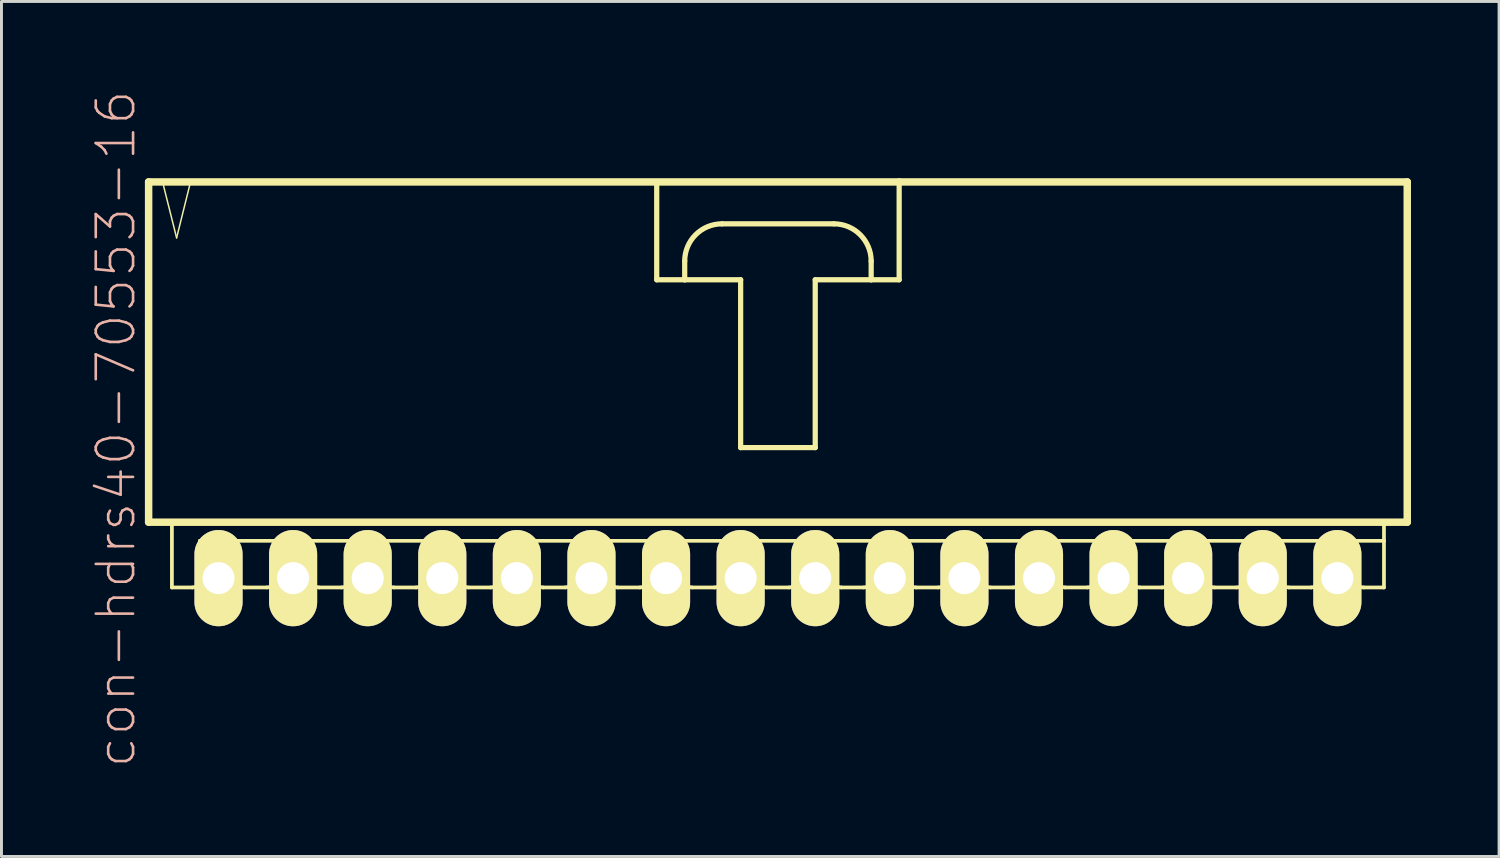
<source format=kicad_pcb>
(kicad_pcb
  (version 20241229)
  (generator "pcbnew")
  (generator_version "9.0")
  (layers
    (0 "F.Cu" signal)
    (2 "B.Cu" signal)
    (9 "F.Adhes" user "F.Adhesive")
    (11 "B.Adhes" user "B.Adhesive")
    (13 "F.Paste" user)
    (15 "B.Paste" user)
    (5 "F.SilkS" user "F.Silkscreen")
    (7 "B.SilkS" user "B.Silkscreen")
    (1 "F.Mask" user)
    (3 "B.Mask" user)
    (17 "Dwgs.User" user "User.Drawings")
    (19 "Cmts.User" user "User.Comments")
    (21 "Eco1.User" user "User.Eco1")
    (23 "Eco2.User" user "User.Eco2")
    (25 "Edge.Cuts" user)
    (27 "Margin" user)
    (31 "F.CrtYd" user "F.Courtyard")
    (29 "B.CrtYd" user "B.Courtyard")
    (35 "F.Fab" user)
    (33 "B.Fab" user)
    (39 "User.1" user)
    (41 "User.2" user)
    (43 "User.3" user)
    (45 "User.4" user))
  (footprint "con-hdrs40-70553-16"
    (layer "F.Cu")
    (at 23.441 9.017)
    (property "Reference" "con-hdrs40-70553-16" (at -22.543 2.54 90) (layer "B.SilkS") (effects (font (size 1.27 1.27) (thickness 0.089))))
    (attr exclude_from_pos_files exclude_from_bom)
    (fp_line (start -21.43 -5.872) (end -21.43 5.715) (stroke (width 0.254) (type solid)) (layer "F.SilkS"))
    (fp_line (start -21.43 5.715) (end 21.43 5.715) (stroke (width 0.254) (type solid)) (layer "F.SilkS"))
    (fp_line (start -20.955 -5.872) (end -20.477 -3.967) (stroke (width 0.051) (type solid)) (layer "F.SilkS"))
    (fp_line (start -20.637 5.715) (end -20.637 7.938) (stroke (width 0.127) (type solid)) (layer "F.SilkS"))
    (fp_line (start -20.477 -3.967) (end -20.003 -5.872) (stroke (width 0.051) (type solid)) (layer "F.SilkS"))
    (fp_line (start -20.003 -5.872) (end -20.955 -5.872) (stroke (width 0.051) (type solid)) (layer "F.SilkS"))
    (fp_line (start -19.939 7.938) (end -20.637 7.938) (stroke (width 0.127) (type solid)) (layer "F.SilkS"))
    (fp_line (start -19.685 6.35) (end -19.685 7.684) (stroke (width 0.127) (type solid)) (layer "F.SilkS"))
    (fp_line (start -19.685 6.35) (end -18.415 6.35) (stroke (width 0.127) (type solid)) (layer "F.SilkS"))
    (fp_line (start -19.367 6.35) (end -18.733 6.35) (stroke (width 0.066) (type solid)) (layer "F.SilkS"))
    (fp_line (start -19.367 7.62) (end -19.367 6.35) (stroke (width 0.066) (type solid)) (layer "F.SilkS"))
    (fp_line (start -19.367 7.62) (end -18.733 7.62) (stroke (width 0.066) (type solid)) (layer "F.SilkS"))
    (fp_line (start -18.733 7.62) (end -18.733 6.35) (stroke (width 0.066) (type solid)) (layer "F.SilkS"))
    (fp_line (start -18.415 6.35) (end -18.415 7.684) (stroke (width 0.127) (type solid)) (layer "F.SilkS"))
    (fp_line (start -18.415 6.35) (end -17.145 6.35) (stroke (width 0.127) (type solid)) (layer "F.SilkS"))
    (fp_line (start -17.399 7.938) (end -18.161 7.938) (stroke (width 0.127) (type solid)) (layer "F.SilkS"))
    (fp_line (start -17.145 6.35) (end -17.145 7.684) (stroke (width 0.127) (type solid)) (layer "F.SilkS"))
    (fp_line (start -17.145 6.35) (end -15.875 6.35) (stroke (width 0.127) (type solid)) (layer "F.SilkS"))
    (fp_line (start -16.828 6.35) (end -16.192 6.35) (stroke (width 0.066) (type solid)) (layer "F.SilkS"))
    (fp_line (start -16.828 7.62) (end -16.828 6.35) (stroke (width 0.066) (type solid)) (layer "F.SilkS"))
    (fp_line (start -16.828 7.62) (end -16.192 7.62) (stroke (width 0.066) (type solid)) (layer "F.SilkS"))
    (fp_line (start -16.192 7.62) (end -16.192 6.35) (stroke (width 0.066) (type solid)) (layer "F.SilkS"))
    (fp_line (start -15.875 6.35) (end -15.875 7.684) (stroke (width 0.127) (type solid)) (layer "F.SilkS"))
    (fp_line (start -15.875 6.35) (end -14.605 6.35) (stroke (width 0.127) (type solid)) (layer "F.SilkS"))
    (fp_line (start -14.859 7.938) (end -15.621 7.938) (stroke (width 0.127) (type solid)) (layer "F.SilkS"))
    (fp_line (start -14.605 6.35) (end -14.605 7.684) (stroke (width 0.127) (type solid)) (layer "F.SilkS"))
    (fp_line (start -14.605 6.35) (end -13.335 6.35) (stroke (width 0.127) (type solid)) (layer "F.SilkS"))
    (fp_line (start -14.287 6.35) (end -13.652 6.35) (stroke (width 0.066) (type solid)) (layer "F.SilkS"))
    (fp_line (start -14.287 7.62) (end -14.287 6.35) (stroke (width 0.066) (type solid)) (layer "F.SilkS"))
    (fp_line (start -14.287 7.62) (end -13.652 7.62) (stroke (width 0.066) (type solid)) (layer "F.SilkS"))
    (fp_line (start -13.652 7.62) (end -13.652 6.35) (stroke (width 0.066) (type solid)) (layer "F.SilkS"))
    (fp_line (start -13.335 6.35) (end -13.335 7.684) (stroke (width 0.127) (type solid)) (layer "F.SilkS"))
    (fp_line (start -13.335 6.35) (end -12.065 6.35) (stroke (width 0.127) (type solid)) (layer "F.SilkS"))
    (fp_line (start -12.319 7.938) (end -13.081 7.938) (stroke (width 0.127) (type solid)) (layer "F.SilkS"))
    (fp_line (start -12.065 6.35) (end -12.065 7.684) (stroke (width 0.127) (type solid)) (layer "F.SilkS"))
    (fp_line (start -12.065 6.35) (end -10.795 6.35) (stroke (width 0.127) (type solid)) (layer "F.SilkS"))
    (fp_line (start -11.748 6.35) (end -11.113 6.35) (stroke (width 0.066) (type solid)) (layer "F.SilkS"))
    (fp_line (start -11.748 7.62) (end -11.748 6.35) (stroke (width 0.066) (type solid)) (layer "F.SilkS"))
    (fp_line (start -11.748 7.62) (end -11.113 7.62) (stroke (width 0.066) (type solid)) (layer "F.SilkS"))
    (fp_line (start -11.113 7.62) (end -11.113 6.35) (stroke (width 0.066) (type solid)) (layer "F.SilkS"))
    (fp_line (start -10.795 6.35) (end -10.795 7.684) (stroke (width 0.127) (type solid)) (layer "F.SilkS"))
    (fp_line (start -10.795 6.35) (end -9.525 6.35) (stroke (width 0.127) (type solid)) (layer "F.SilkS"))
    (fp_line (start -9.779 7.938) (end -10.541 7.938) (stroke (width 0.127) (type solid)) (layer "F.SilkS"))
    (fp_line (start -9.525 6.35) (end -9.525 7.684) (stroke (width 0.127) (type solid)) (layer "F.SilkS"))
    (fp_line (start -9.525 6.35) (end -8.255 6.35) (stroke (width 0.127) (type solid)) (layer "F.SilkS"))
    (fp_line (start -9.207 6.35) (end -8.572 6.35) (stroke (width 0.066) (type solid)) (layer "F.SilkS"))
    (fp_line (start -9.207 7.62) (end -9.207 6.35) (stroke (width 0.066) (type solid)) (layer "F.SilkS"))
    (fp_line (start -9.207 7.62) (end -8.572 7.62) (stroke (width 0.066) (type solid)) (layer "F.SilkS"))
    (fp_line (start -8.572 7.62) (end -8.572 6.35) (stroke (width 0.066) (type solid)) (layer "F.SilkS"))
    (fp_line (start -8.255 6.35) (end -8.255 7.684) (stroke (width 0.127) (type solid)) (layer "F.SilkS"))
    (fp_line (start -8.255 6.35) (end -6.985 6.35) (stroke (width 0.127) (type solid)) (layer "F.SilkS"))
    (fp_line (start -7.236 7.938) (end -8.001 7.938) (stroke (width 0.127) (type solid)) (layer "F.SilkS"))
    (fp_line (start -6.985 6.35) (end -6.985 7.684) (stroke (width 0.127) (type solid)) (layer "F.SilkS"))
    (fp_line (start -6.985 6.35) (end -5.715 6.35) (stroke (width 0.127) (type solid)) (layer "F.SilkS"))
    (fp_line (start -6.668 6.35) (end -6.032 6.35) (stroke (width 0.066) (type solid)) (layer "F.SilkS"))
    (fp_line (start -6.668 7.62) (end -6.668 6.35) (stroke (width 0.066) (type solid)) (layer "F.SilkS"))
    (fp_line (start -6.668 7.62) (end -6.032 7.62) (stroke (width 0.066) (type solid)) (layer "F.SilkS"))
    (fp_line (start -6.032 7.62) (end -6.032 6.35) (stroke (width 0.066) (type solid)) (layer "F.SilkS"))
    (fp_line (start -5.715 6.35) (end -5.715 7.684) (stroke (width 0.127) (type solid)) (layer "F.SilkS"))
    (fp_line (start -5.715 6.35) (end -4.445 6.35) (stroke (width 0.127) (type solid)) (layer "F.SilkS"))
    (fp_line (start -4.699 7.938) (end -5.461 7.938) (stroke (width 0.127) (type solid)) (layer "F.SilkS"))
    (fp_line (start -4.445 6.35) (end -4.445 7.684) (stroke (width 0.127) (type solid)) (layer "F.SilkS"))
    (fp_line (start -4.445 6.35) (end -3.175 6.35) (stroke (width 0.127) (type solid)) (layer "F.SilkS"))
    (fp_line (start -4.128 -5.872) (end -4.128 -2.54) (stroke (width 0.178) (type solid)) (layer "F.SilkS"))
    (fp_line (start -4.128 -2.54) (end -3.175 -2.54) (stroke (width 0.178) (type solid)) (layer "F.SilkS"))
    (fp_line (start -4.128 6.35) (end -3.493 6.35) (stroke (width 0.066) (type solid)) (layer "F.SilkS"))
    (fp_line (start -4.128 7.62) (end -4.128 6.35) (stroke (width 0.066) (type solid)) (layer "F.SilkS"))
    (fp_line (start -4.128 7.62) (end -3.493 7.62) (stroke (width 0.066) (type solid)) (layer "F.SilkS"))
    (fp_line (start -3.493 7.62) (end -3.493 6.35) (stroke (width 0.066) (type solid)) (layer "F.SilkS"))
    (fp_line (start -3.175 -2.54) (end -3.175 -3.175) (stroke (width 0.178) (type solid)) (layer "F.SilkS"))
    (fp_line (start -3.175 -2.54) (end -1.27 -2.54) (stroke (width 0.178) (type solid)) (layer "F.SilkS"))
    (fp_line (start -3.175 6.35) (end -3.175 7.684) (stroke (width 0.127) (type solid)) (layer "F.SilkS"))
    (fp_line (start -3.175 6.35) (end -1.905 6.35) (stroke (width 0.127) (type solid)) (layer "F.SilkS"))
    (fp_line (start -2.159 7.938) (end -2.921 7.938) (stroke (width 0.127) (type solid)) (layer "F.SilkS"))
    (fp_line (start -1.905 -4.445) (end 1.905 -4.445) (stroke (width 0.178) (type solid)) (layer "F.SilkS"))
    (fp_line (start -1.905 6.35) (end -1.905 7.684) (stroke (width 0.127) (type solid)) (layer "F.SilkS"))
    (fp_line (start -1.905 6.35) (end -0.635 6.35) (stroke (width 0.127) (type solid)) (layer "F.SilkS"))
    (fp_line (start -1.587 6.35) (end -0.953 6.35) (stroke (width 0.066) (type solid)) (layer "F.SilkS"))
    (fp_line (start -1.587 7.62) (end -1.587 6.35) (stroke (width 0.066) (type solid)) (layer "F.SilkS"))
    (fp_line (start -1.587 7.62) (end -0.953 7.62) (stroke (width 0.066) (type solid)) (layer "F.SilkS"))
    (fp_line (start -1.27 -2.54) (end -1.27 3.175) (stroke (width 0.178) (type solid)) (layer "F.SilkS"))
    (fp_line (start -1.27 3.175) (end 1.27 3.175) (stroke (width 0.178) (type solid)) (layer "F.SilkS"))
    (fp_line (start -0.953 7.62) (end -0.953 6.35) (stroke (width 0.066) (type solid)) (layer "F.SilkS"))
    (fp_line (start -0.635 6.35) (end -0.635 7.684) (stroke (width 0.127) (type solid)) (layer "F.SilkS"))
    (fp_line (start -0.635 6.35) (end 0.635 6.35) (stroke (width 0.127) (type solid)) (layer "F.SilkS"))
    (fp_line (start 0.381 7.938) (end -0.381 7.938) (stroke (width 0.127) (type solid)) (layer "F.SilkS"))
    (fp_line (start 0.635 6.35) (end 0.635 7.684) (stroke (width 0.127) (type solid)) (layer "F.SilkS"))
    (fp_line (start 0.635 6.35) (end 1.905 6.35) (stroke (width 0.127) (type solid)) (layer "F.SilkS"))
    (fp_line (start 0.953 6.35) (end 1.587 6.35) (stroke (width 0.066) (type solid)) (layer "F.SilkS"))
    (fp_line (start 0.953 7.62) (end 0.953 6.35) (stroke (width 0.066) (type solid)) (layer "F.SilkS"))
    (fp_line (start 0.953 7.62) (end 1.587 7.62) (stroke (width 0.066) (type solid)) (layer "F.SilkS"))
    (fp_line (start 1.27 -2.54) (end 3.175 -2.54) (stroke (width 0.178) (type solid)) (layer "F.SilkS"))
    (fp_line (start 1.27 3.175) (end 1.27 -2.54) (stroke (width 0.178) (type solid)) (layer "F.SilkS"))
    (fp_line (start 1.587 7.62) (end 1.587 6.35) (stroke (width 0.066) (type solid)) (layer "F.SilkS"))
    (fp_line (start 1.905 6.35) (end 1.905 7.684) (stroke (width 0.127) (type solid)) (layer "F.SilkS"))
    (fp_line (start 1.905 6.35) (end 3.175 6.35) (stroke (width 0.127) (type solid)) (layer "F.SilkS"))
    (fp_line (start 2.921 7.938) (end 2.159 7.938) (stroke (width 0.127) (type solid)) (layer "F.SilkS"))
    (fp_line (start 3.175 -3.175) (end 3.175 -2.54) (stroke (width 0.178) (type solid)) (layer "F.SilkS"))
    (fp_line (start 3.175 -2.54) (end 4.128 -2.54) (stroke (width 0.178) (type solid)) (layer "F.SilkS"))
    (fp_line (start 3.175 6.35) (end 3.175 7.684) (stroke (width 0.127) (type solid)) (layer "F.SilkS"))
    (fp_line (start 3.175 6.35) (end 4.445 6.35) (stroke (width 0.127) (type solid)) (layer "F.SilkS"))
    (fp_line (start 3.493 6.35) (end 4.128 6.35) (stroke (width 0.066) (type solid)) (layer "F.SilkS"))
    (fp_line (start 3.493 7.62) (end 3.493 6.35) (stroke (width 0.066) (type solid)) (layer "F.SilkS"))
    (fp_line (start 3.493 7.62) (end 4.128 7.62) (stroke (width 0.066) (type solid)) (layer "F.SilkS"))
    (fp_line (start 4.128 -5.872) (end -21.43 -5.872) (stroke (width 0.254) (type solid)) (layer "F.SilkS"))
    (fp_line (start 4.128 -2.54) (end 4.128 -5.872) (stroke (width 0.178) (type solid)) (layer "F.SilkS"))
    (fp_line (start 4.128 7.62) (end 4.128 6.35) (stroke (width 0.066) (type solid)) (layer "F.SilkS"))
    (fp_line (start 4.445 6.35) (end 4.445 7.684) (stroke (width 0.127) (type solid)) (layer "F.SilkS"))
    (fp_line (start 4.445 6.35) (end 5.715 6.35) (stroke (width 0.127) (type solid)) (layer "F.SilkS"))
    (fp_line (start 5.461 7.938) (end 4.699 7.938) (stroke (width 0.127) (type solid)) (layer "F.SilkS"))
    (fp_line (start 5.715 6.35) (end 5.715 7.684) (stroke (width 0.127) (type solid)) (layer "F.SilkS"))
    (fp_line (start 5.715 6.35) (end 6.985 6.35) (stroke (width 0.127) (type solid)) (layer "F.SilkS"))
    (fp_line (start 6.032 6.35) (end 6.668 6.35) (stroke (width 0.066) (type solid)) (layer "F.SilkS"))
    (fp_line (start 6.032 7.62) (end 6.032 6.35) (stroke (width 0.066) (type solid)) (layer "F.SilkS"))
    (fp_line (start 6.032 7.62) (end 6.668 7.62) (stroke (width 0.066) (type solid)) (layer "F.SilkS"))
    (fp_line (start 6.668 7.62) (end 6.668 6.35) (stroke (width 0.066) (type solid)) (layer "F.SilkS"))
    (fp_line (start 6.985 6.35) (end 6.985 7.684) (stroke (width 0.127) (type solid)) (layer "F.SilkS"))
    (fp_line (start 6.985 6.35) (end 8.255 6.35) (stroke (width 0.127) (type solid)) (layer "F.SilkS"))
    (fp_line (start 8.001 7.938) (end 7.236 7.938) (stroke (width 0.127) (type solid)) (layer "F.SilkS"))
    (fp_line (start 8.255 6.35) (end 8.255 7.684) (stroke (width 0.127) (type solid)) (layer "F.SilkS"))
    (fp_line (start 8.255 6.35) (end 9.525 6.35) (stroke (width 0.127) (type solid)) (layer "F.SilkS"))
    (fp_line (start 8.572 6.35) (end 9.207 6.35) (stroke (width 0.066) (type solid)) (layer "F.SilkS"))
    (fp_line (start 8.572 7.62) (end 8.572 6.35) (stroke (width 0.066) (type solid)) (layer "F.SilkS"))
    (fp_line (start 8.572 7.62) (end 9.207 7.62) (stroke (width 0.066) (type solid)) (layer "F.SilkS"))
    (fp_line (start 9.207 7.62) (end 9.207 6.35) (stroke (width 0.066) (type solid)) (layer "F.SilkS"))
    (fp_line (start 9.525 6.35) (end 9.525 7.684) (stroke (width 0.127) (type solid)) (layer "F.SilkS"))
    (fp_line (start 9.525 6.35) (end 10.795 6.35) (stroke (width 0.127) (type solid)) (layer "F.SilkS"))
    (fp_line (start 10.541 7.938) (end 9.779 7.938) (stroke (width 0.127) (type solid)) (layer "F.SilkS"))
    (fp_line (start 10.795 6.35) (end 10.795 7.684) (stroke (width 0.127) (type solid)) (layer "F.SilkS"))
    (fp_line (start 10.795 6.35) (end 12.065 6.35) (stroke (width 0.127) (type solid)) (layer "F.SilkS"))
    (fp_line (start 11.113 6.35) (end 11.748 6.35) (stroke (width 0.066) (type solid)) (layer "F.SilkS"))
    (fp_line (start 11.113 7.62) (end 11.113 6.35) (stroke (width 0.066) (type solid)) (layer "F.SilkS"))
    (fp_line (start 11.113 7.62) (end 11.748 7.62) (stroke (width 0.066) (type solid)) (layer "F.SilkS"))
    (fp_line (start 11.748 7.62) (end 11.748 6.35) (stroke (width 0.066) (type solid)) (layer "F.SilkS"))
    (fp_line (start 12.065 6.35) (end 12.065 7.684) (stroke (width 0.127) (type solid)) (layer "F.SilkS"))
    (fp_line (start 12.065 6.35) (end 13.335 6.35) (stroke (width 0.127) (type solid)) (layer "F.SilkS"))
    (fp_line (start 13.081 7.938) (end 12.319 7.938) (stroke (width 0.127) (type solid)) (layer "F.SilkS"))
    (fp_line (start 13.335 6.35) (end 13.335 7.684) (stroke (width 0.127) (type solid)) (layer "F.SilkS"))
    (fp_line (start 13.335 6.35) (end 17.145 6.35) (stroke (width 0.127) (type solid)) (layer "F.SilkS"))
    (fp_line (start 13.652 6.35) (end 14.287 6.35) (stroke (width 0.066) (type solid)) (layer "F.SilkS"))
    (fp_line (start 13.652 7.62) (end 13.652 6.35) (stroke (width 0.066) (type solid)) (layer "F.SilkS"))
    (fp_line (start 13.652 7.62) (end 14.287 7.62) (stroke (width 0.066) (type solid)) (layer "F.SilkS"))
    (fp_line (start 14.287 7.62) (end 14.287 6.35) (stroke (width 0.066) (type solid)) (layer "F.SilkS"))
    (fp_line (start 14.605 6.35) (end 14.605 7.684) (stroke (width 0.127) (type solid)) (layer "F.SilkS"))
    (fp_line (start 15.621 7.938) (end 14.859 7.938) (stroke (width 0.127) (type solid)) (layer "F.SilkS"))
    (fp_line (start 15.875 6.35) (end 15.875 7.684) (stroke (width 0.127) (type solid)) (layer "F.SilkS"))
    (fp_line (start 16.192 6.35) (end 16.828 6.35) (stroke (width 0.066) (type solid)) (layer "F.SilkS"))
    (fp_line (start 16.192 7.62) (end 16.192 6.35) (stroke (width 0.066) (type solid)) (layer "F.SilkS"))
    (fp_line (start 16.192 7.62) (end 16.828 7.62) (stroke (width 0.066) (type solid)) (layer "F.SilkS"))
    (fp_line (start 16.828 7.62) (end 16.828 6.35) (stroke (width 0.066) (type solid)) (layer "F.SilkS"))
    (fp_line (start 17.145 6.35) (end 17.145 7.684) (stroke (width 0.127) (type solid)) (layer "F.SilkS"))
    (fp_line (start 17.145 6.35) (end 18.415 6.35) (stroke (width 0.127) (type solid)) (layer "F.SilkS"))
    (fp_line (start 17.399 7.938) (end 18.161 7.938) (stroke (width 0.127) (type solid)) (layer "F.SilkS"))
    (fp_line (start 18.415 6.35) (end 19.685 6.35) (stroke (width 0.127) (type solid)) (layer "F.SilkS"))
    (fp_line (start 18.415 7.684) (end 18.415 6.35) (stroke (width 0.127) (type solid)) (layer "F.SilkS"))
    (fp_line (start 18.733 6.35) (end 19.367 6.35) (stroke (width 0.066) (type solid)) (layer "F.SilkS"))
    (fp_line (start 18.733 7.62) (end 18.733 6.35) (stroke (width 0.066) (type solid)) (layer "F.SilkS"))
    (fp_line (start 18.733 7.62) (end 19.367 7.62) (stroke (width 0.066) (type solid)) (layer "F.SilkS"))
    (fp_line (start 19.367 7.62) (end 19.367 6.35) (stroke (width 0.066) (type solid)) (layer "F.SilkS"))
    (fp_line (start 19.685 6.35) (end 19.685 7.684) (stroke (width 0.127) (type solid)) (layer "F.SilkS"))
    (fp_line (start 19.685 6.35) (end 20.637 6.35) (stroke (width 0.127) (type solid)) (layer "F.SilkS"))
    (fp_line (start 19.939 7.938) (end 20.637 7.938) (stroke (width 0.127) (type solid)) (layer "F.SilkS"))
    (fp_line (start 20.637 6.35) (end 20.637 5.715) (stroke (width 0.127) (type solid)) (layer "F.SilkS"))
    (fp_line (start 20.637 7.938) (end 20.637 6.35) (stroke (width 0.127) (type solid)) (layer "F.SilkS"))
    (fp_line (start 21.43 -5.872) (end 4.128 -5.872) (stroke (width 0.254) (type solid)) (layer "F.SilkS"))
    (fp_line (start 21.43 5.715) (end 21.43 -5.872) (stroke (width 0.254) (type solid)) (layer "F.SilkS"))
    (fp_arc (start -19.685 7.6835) (mid -19.759395 7.863105) (end -19.939 7.9375) (stroke (width 0.127) (type solid)) (layer "F.SilkS"))
    (fp_arc (start -18.161 7.9375) (mid -18.340605 7.863105) (end -18.415 7.6835) (stroke (width 0.127) (type solid)) (layer "F.SilkS"))
    (fp_arc (start -17.145 7.6835) (mid -17.219395 7.863105) (end -17.399 7.9375) (stroke (width 0.127) (type solid)) (layer "F.SilkS"))
    (fp_arc (start -15.621 7.9375) (mid -15.800605 7.863105) (end -15.875 7.6835) (stroke (width 0.127) (type solid)) (layer "F.SilkS"))
    (fp_arc (start -14.605 7.6835) (mid -14.679395 7.863105) (end -14.859 7.9375) (stroke (width 0.127) (type solid)) (layer "F.SilkS"))
    (fp_arc (start -13.081 7.9375) (mid -13.260605 7.863105) (end -13.335 7.6835) (stroke (width 0.127) (type solid)) (layer "F.SilkS"))
    (fp_arc (start -12.065 7.6835) (mid -12.139395 7.863105) (end -12.319 7.9375) (stroke (width 0.127) (type solid)) (layer "F.SilkS"))
    (fp_arc (start -10.541 7.9375) (mid -10.720605 7.863105) (end -10.795 7.6835) (stroke (width 0.127) (type solid)) (layer "F.SilkS"))
    (fp_arc (start -9.525 7.6835) (mid -9.599395 7.863105) (end -9.779 7.9375) (stroke (width 0.127) (type solid)) (layer "F.SilkS"))
    (fp_arc (start -8.001 7.9375) (mid -8.180605 7.863105) (end -8.255 7.6835) (stroke (width 0.127) (type solid)) (layer "F.SilkS"))
    (fp_arc (start -6.985 7.6835) (mid -7.058651 7.861309) (end -7.23646 7.93496) (stroke (width 0.127) (type solid)) (layer "F.SilkS"))
    (fp_arc (start -5.461 7.9375) (mid -5.640605 7.863105) (end -5.715 7.6835) (stroke (width 0.127) (type solid)) (layer "F.SilkS"))
    (fp_arc (start -4.445 7.6835) (mid -4.519395 7.863105) (end -4.699 7.9375) (stroke (width 0.127) (type solid)) (layer "F.SilkS"))
    (fp_arc (start -3.175 -3.175) (mid -2.803026 -4.073026) (end -1.905 -4.445) (stroke (width 0.1778) (type solid)) (layer "F.SilkS"))
    (fp_arc (start -2.921 7.9375) (mid -3.100605 7.863105) (end -3.175 7.6835) (stroke (width 0.127) (type solid)) (layer "F.SilkS"))
    (fp_arc (start -1.905 7.6835) (mid -1.979395 7.863105) (end -2.159 7.9375) (stroke (width 0.127) (type solid)) (layer "F.SilkS"))
    (fp_arc (start -0.381 7.9375) (mid -0.560605 7.863105) (end -0.635 7.6835) (stroke (width 0.127) (type solid)) (layer "F.SilkS"))
    (fp_arc (start 0.635 7.6835) (mid 0.560605 7.863105) (end 0.381 7.9375) (stroke (width 0.127) (type solid)) (layer "F.SilkS"))
    (fp_arc (start 1.905 -4.445) (mid 2.803026 -4.073026) (end 3.175 -3.175) (stroke (width 0.1778) (type solid)) (layer "F.SilkS"))
    (fp_arc (start 2.159 7.9375) (mid 1.979395 7.863105) (end 1.905 7.6835) (stroke (width 0.127) (type solid)) (layer "F.SilkS"))
    (fp_arc (start 3.175 7.6835) (mid 3.100605 7.863105) (end 2.921 7.9375) (stroke (width 0.127) (type solid)) (layer "F.SilkS"))
    (fp_arc (start 4.699 7.9375) (mid 4.519395 7.863105) (end 4.445 7.6835) (stroke (width 0.127) (type solid)) (layer "F.SilkS"))
    (fp_arc (start 5.715 7.6835) (mid 5.640605 7.863105) (end 5.461 7.9375) (stroke (width 0.127) (type solid)) (layer "F.SilkS"))
    (fp_arc (start 7.23646 7.9375) (mid 7.056855 7.863105) (end 6.98246 7.6835) (stroke (width 0.127) (type solid)) (layer "F.SilkS"))
    (fp_arc (start 8.255 7.6835) (mid 8.180605 7.863105) (end 8.001 7.9375) (stroke (width 0.127) (type solid)) (layer "F.SilkS"))
    (fp_arc (start 9.779 7.9375) (mid 9.599395 7.863105) (end 9.525 7.6835) (stroke (width 0.127) (type solid)) (layer "F.SilkS"))
    (fp_arc (start 10.795 7.6835) (mid 10.720605 7.863105) (end 10.541 7.9375) (stroke (width 0.127) (type solid)) (layer "F.SilkS"))
    (fp_arc (start 12.319 7.9375) (mid 12.139395 7.863105) (end 12.065 7.6835) (stroke (width 0.127) (type solid)) (layer "F.SilkS"))
    (fp_arc (start 13.335 7.6835) (mid 13.260605 7.863105) (end 13.081 7.9375) (stroke (width 0.127) (type solid)) (layer "F.SilkS"))
    (fp_arc (start 14.859 7.9375) (mid 14.679395 7.863105) (end 14.605 7.6835) (stroke (width 0.127) (type solid)) (layer "F.SilkS"))
    (fp_arc (start 15.875 7.6835) (mid 15.800605 7.863105) (end 15.621 7.9375) (stroke (width 0.127) (type solid)) (layer "F.SilkS"))
    (fp_arc (start 17.399 7.9375) (mid 17.219395 7.863105) (end 17.145 7.6835) (stroke (width 0.127) (type solid)) (layer "F.SilkS"))
    (fp_arc (start 18.415 7.6835) (mid 18.340605 7.863105) (end 18.161 7.9375) (stroke (width 0.127) (type solid)) (layer "F.SilkS"))
    (fp_arc (start 19.939 7.9375) (mid 19.759395 7.863105) (end 19.685 7.6835) (stroke (width 0.127) (type solid)) (layer "F.SilkS"))
    (pad "1" thru_hole oval (at -19.05 7.62) (size 1.638 3.277) (drill 1.09) (layers "*.Cu" "F.Mask" "F.SilkS" "F.Paste"))
    (pad "2" thru_hole oval (at -16.51 7.62) (size 1.638 3.277) (drill 1.09) (layers "*.Cu" "F.Mask" "F.SilkS" "F.Paste"))
    (pad "3" thru_hole oval (at -13.97 7.62) (size 1.638 3.277) (drill 1.09) (layers "*.Cu" "F.Mask" "F.SilkS" "F.Paste"))
    (pad "4" thru_hole oval (at -11.43 7.62) (size 1.638 3.277) (drill 1.09) (layers "*.Cu" "F.Mask" "F.SilkS" "F.Paste"))
    (pad "5" thru_hole oval (at -8.89 7.62) (size 1.638 3.277) (drill 1.09) (layers "*.Cu" "F.Mask" "F.SilkS" "F.Paste"))
    (pad "6" thru_hole oval (at -6.35 7.62) (size 1.638 3.277) (drill 1.09) (layers "*.Cu" "F.Mask" "F.SilkS" "F.Paste"))
    (pad "7" thru_hole oval (at -3.81 7.62) (size 1.638 3.277) (drill 1.09) (layers "*.Cu" "F.Mask" "F.SilkS" "F.Paste"))
    (pad "8" thru_hole oval (at -1.27 7.62) (size 1.638 3.277) (drill 1.09) (layers "*.Cu" "F.Mask" "F.SilkS" "F.Paste"))
    (pad "9" thru_hole oval (at 1.27 7.62) (size 1.638 3.277) (drill 1.09) (layers "*.Cu" "F.Mask" "F.SilkS" "F.Paste"))
    (pad "10" thru_hole oval (at 3.81 7.62) (size 1.638 3.277) (drill 1.09) (layers "*.Cu" "F.Mask" "F.SilkS" "F.Paste"))
    (pad "11" thru_hole oval (at 6.35 7.62) (size 1.638 3.277) (drill 1.09) (layers "*.Cu" "F.Mask" "F.SilkS" "F.Paste"))
    (pad "12" thru_hole oval (at 8.89 7.62) (size 1.638 3.277) (drill 1.09) (layers "*.Cu" "F.Mask" "F.SilkS" "F.Paste"))
    (pad "13" thru_hole oval (at 11.43 7.62) (size 1.638 3.277) (drill 1.09) (layers "*.Cu" "F.Mask" "F.SilkS" "F.Paste"))
    (pad "14" thru_hole oval (at 13.97 7.62) (size 1.638 3.277) (drill 1.09) (layers "*.Cu" "F.Mask" "F.SilkS" "F.Paste"))
    (pad "15" thru_hole oval (at 16.51 7.62) (size 1.638 3.277) (drill 1.09) (layers "*.Cu" "F.Mask" "F.SilkS" "F.Paste"))
    (pad "16" thru_hole oval (at 19.05 7.62) (size 1.638 3.277) (drill 1.09) (layers "*.Cu" "F.Mask" "F.SilkS" "F.Paste")))
  (gr_rect
    (start -3 -3)
    (end 47.998 26.115)
    (stroke (width 0.1) (type default))
    (fill no)
    (layer "Edge.Cuts")))
</source>
